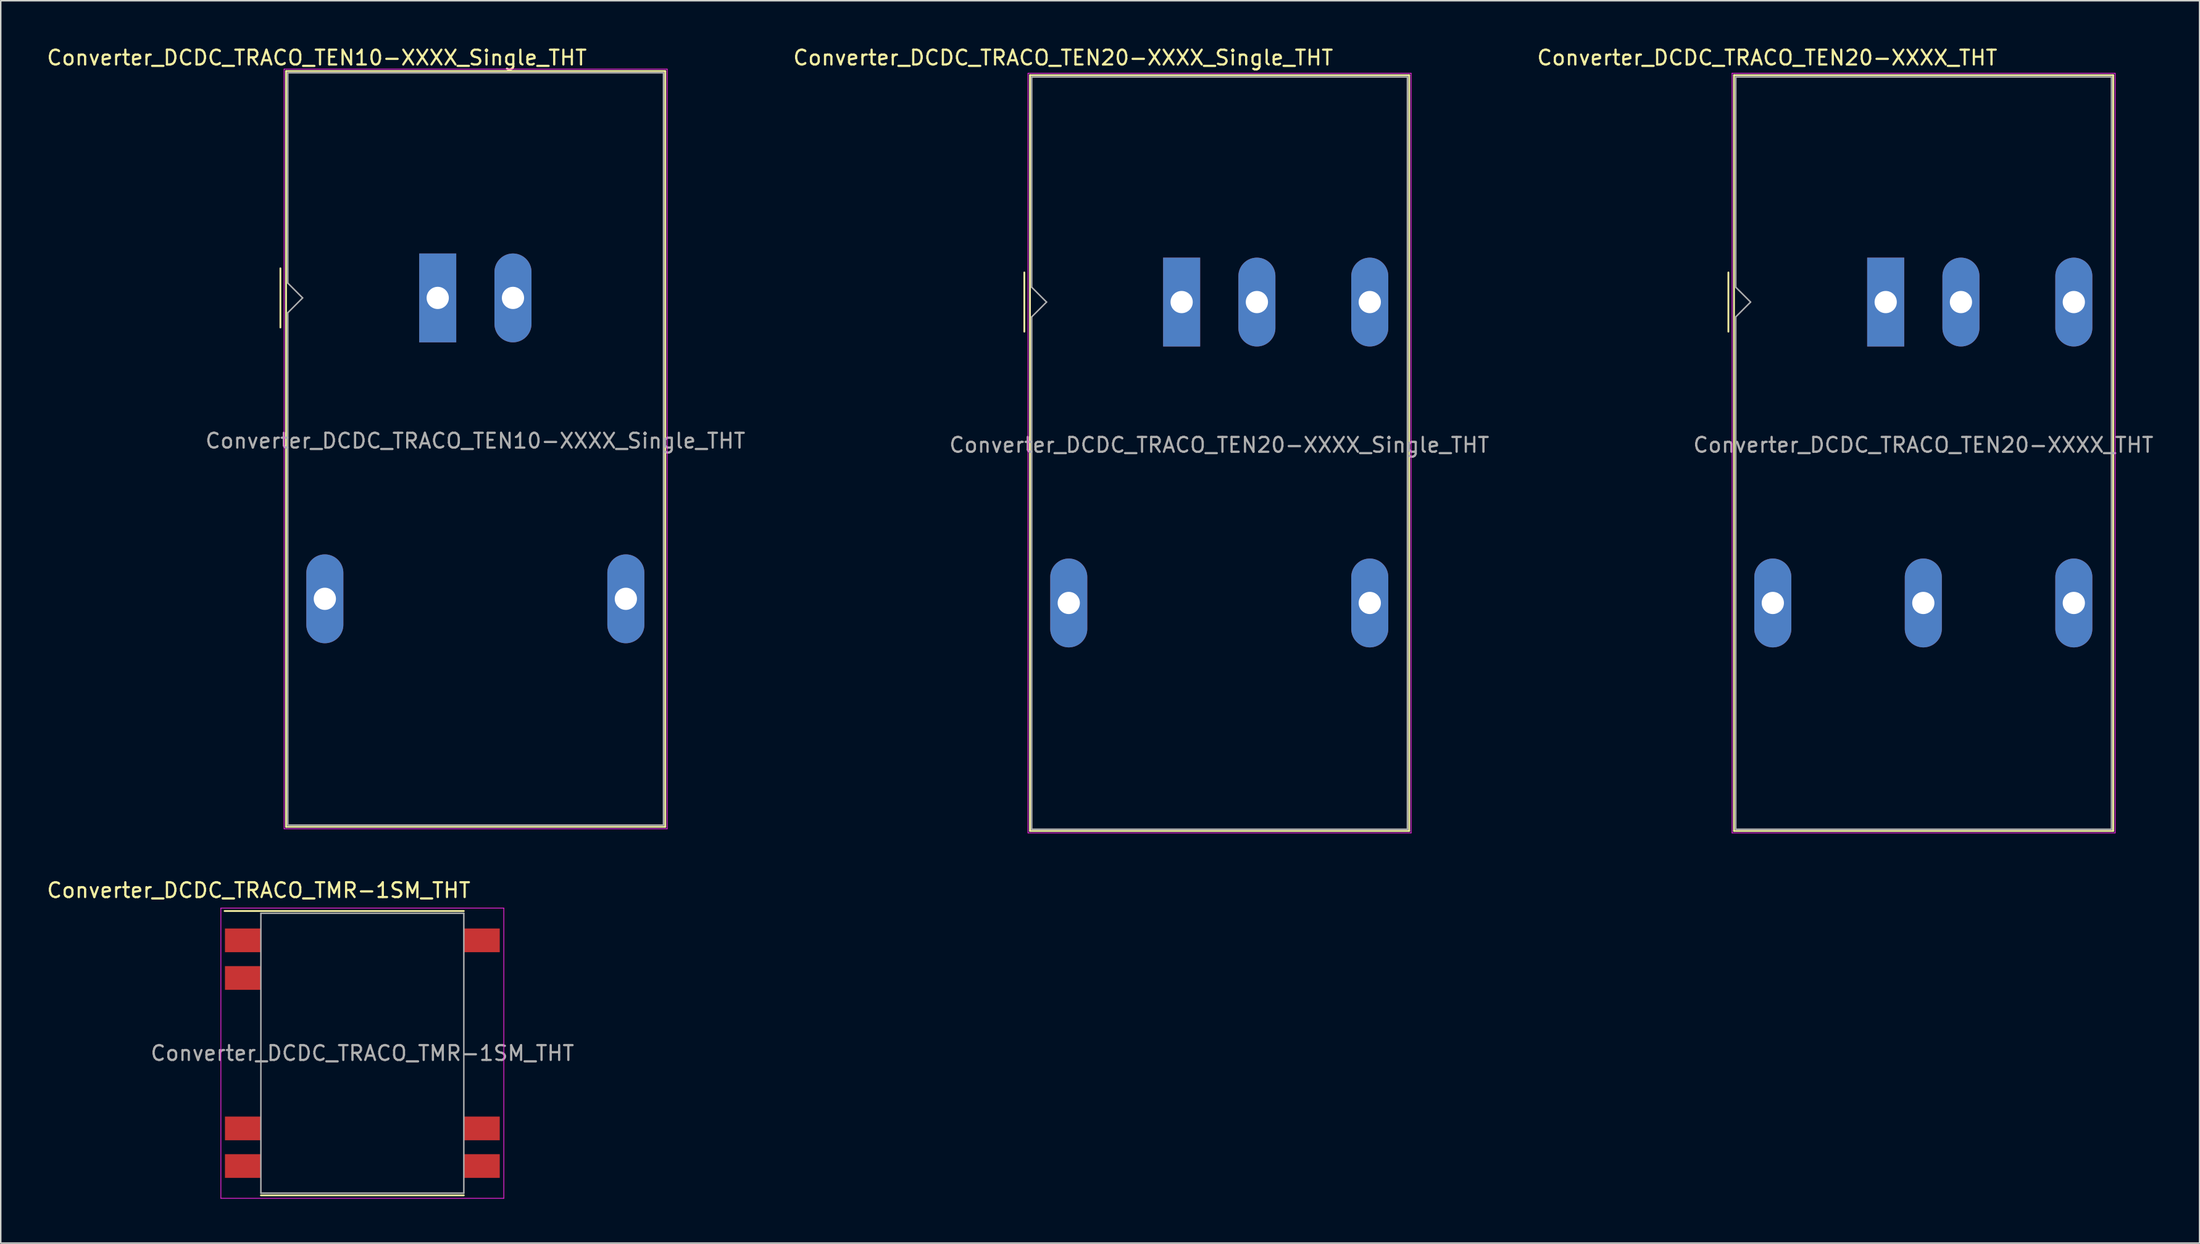
<source format=kicad_pcb>
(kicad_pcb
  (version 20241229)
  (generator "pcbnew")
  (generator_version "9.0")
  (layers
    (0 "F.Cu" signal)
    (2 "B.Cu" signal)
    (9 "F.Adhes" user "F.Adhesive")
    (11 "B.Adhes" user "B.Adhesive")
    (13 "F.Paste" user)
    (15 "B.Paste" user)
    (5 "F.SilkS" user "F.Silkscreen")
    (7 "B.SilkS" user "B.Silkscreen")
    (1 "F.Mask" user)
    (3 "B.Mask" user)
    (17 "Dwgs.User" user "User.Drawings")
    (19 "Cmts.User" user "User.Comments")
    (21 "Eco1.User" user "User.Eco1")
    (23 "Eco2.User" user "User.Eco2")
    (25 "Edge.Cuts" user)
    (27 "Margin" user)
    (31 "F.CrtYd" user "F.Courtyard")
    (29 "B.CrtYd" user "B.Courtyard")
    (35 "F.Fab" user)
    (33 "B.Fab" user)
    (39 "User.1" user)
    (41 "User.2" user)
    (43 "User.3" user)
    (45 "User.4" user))
  (footprint "Converter_DCDC_TRACO_TEN20-XXXX_Single_THT"
    (layer "F.Cu")
    (at 76.718 17.348)
    (property "Reference" "Converter_DCDC_TRACO_TEN20-XXXX_Single_THT" (at -8 -16.5 180) (layer "F.SilkS") (effects (font (size 1 1) (thickness 0.15))))
    (attr through_hole)
    (fp_line (start -10.62 -2) (end -10.62 2) (stroke (width 0.12) (type solid)) (layer "F.SilkS"))
    (fp_line (start -10.24 -15.32) (end 15.36 -15.32) (stroke (width 0.12) (type solid)) (layer "F.SilkS"))
    (fp_line (start -10.24 35.72) (end -10.24 -15.32) (stroke (width 0.12) (type solid)) (layer "F.SilkS"))
    (fp_line (start 15.36 -15.32) (end 15.36 35.72) (stroke (width 0.12) (type solid)) (layer "F.SilkS"))
    (fp_line (start 15.36 35.72) (end -10.24 35.72) (stroke (width 0.12) (type solid)) (layer "F.SilkS"))
    (fp_line (start -10.37 -15.45) (end 15.49 -15.45) (stroke (width 0.05) (type solid)) (layer "F.CrtYd"))
    (fp_line (start -10.37 35.85) (end -10.37 -15.45) (stroke (width 0.05) (type solid)) (layer "F.CrtYd"))
    (fp_line (start -10.37 35.85) (end 15.49 35.85) (stroke (width 0.05) (type solid)) (layer "F.CrtYd"))
    (fp_line (start 15.49 35.85) (end 15.49 -15.45) (stroke (width 0.05) (type solid)) (layer "F.CrtYd"))
    (fp_line (start -10.12 -1) (end -10.12 -15.2) (stroke (width 0.1) (type solid)) (layer "F.Fab"))
    (fp_line (start -10.12 1) (end -10.12 35.6) (stroke (width 0.1) (type solid)) (layer "F.Fab"))
    (fp_line (start -10.12 1) (end -9.12 0) (stroke (width 0.1) (type solid)) (layer "F.Fab"))
    (fp_line (start -10.12 35.6) (end 15.24 35.6) (stroke (width 0.1) (type solid)) (layer "F.Fab"))
    (fp_line (start -9.12 0) (end -10.12 -1) (stroke (width 0.1) (type solid)) (layer "F.Fab"))
    (fp_line (start 15.24 -15.2) (end -10.12 -15.2) (stroke (width 0.1) (type solid)) (layer "F.Fab"))
    (fp_line (start 15.24 35.6) (end 15.24 -15.2) (stroke (width 0.1) (type solid)) (layer "F.Fab"))
    (fp_text user "${REFERENCE}" (at 2.54 9.652 0) (layer "F.Fab") (effects (font (size 1 1) (thickness 0.15))))
    (pad "1" thru_hole rect (at 0 0 90) (size 6 2.5) (drill 1.5) (layers "*.Cu" "*.Mask"))
    (pad "2" thru_hole oval (at 5.08 0 90) (size 6 2.5) (drill 1.5) (layers "*.Cu" "*.Mask"))
    (pad "3" thru_hole oval (at -7.62 20.32 90) (size 6 2.5) (drill 1.5) (layers "*.Cu" "*.Mask"))
    (pad "5" thru_hole oval (at 12.7 20.32 90) (size 6 2.5) (drill 1.5) (layers "*.Cu" "*.Mask"))
    (pad "6" thru_hole oval (at 12.7 0 90) (size 6 2.5) (drill 1.5) (layers "*.Cu" "*.Mask")))
  (footprint "Converter_DCDC_TRACO_TEN20-XXXX_THT"
    (layer "F.Cu")
    (at 124.246 17.348)
    (property "Reference" "Converter_DCDC_TRACO_TEN20-XXXX_THT" (at -8 -16.5 180) (layer "F.SilkS") (effects (font (size 1 1) (thickness 0.15))))
    (attr through_hole)
    (fp_line (start -10.62 -2) (end -10.62 2) (stroke (width 0.12) (type solid)) (layer "F.SilkS"))
    (fp_line (start -10.24 -15.32) (end 15.36 -15.32) (stroke (width 0.12) (type solid)) (layer "F.SilkS"))
    (fp_line (start -10.24 35.72) (end -10.24 -15.32) (stroke (width 0.12) (type solid)) (layer "F.SilkS"))
    (fp_line (start 15.36 -15.32) (end 15.36 35.72) (stroke (width 0.12) (type solid)) (layer "F.SilkS"))
    (fp_line (start 15.36 35.72) (end -10.24 35.72) (stroke (width 0.12) (type solid)) (layer "F.SilkS"))
    (fp_line (start -10.37 -15.45) (end 15.49 -15.45) (stroke (width 0.05) (type solid)) (layer "F.CrtYd"))
    (fp_line (start -10.37 35.85) (end -10.37 -15.45) (stroke (width 0.05) (type solid)) (layer "F.CrtYd"))
    (fp_line (start -10.37 35.85) (end 15.49 35.85) (stroke (width 0.05) (type solid)) (layer "F.CrtYd"))
    (fp_line (start 15.49 35.85) (end 15.49 -15.45) (stroke (width 0.05) (type solid)) (layer "F.CrtYd"))
    (fp_line (start -10.12 -1) (end -10.12 -15.2) (stroke (width 0.1) (type solid)) (layer "F.Fab"))
    (fp_line (start -10.12 1) (end -10.12 35.6) (stroke (width 0.1) (type solid)) (layer "F.Fab"))
    (fp_line (start -10.12 1) (end -9.12 0) (stroke (width 0.1) (type solid)) (layer "F.Fab"))
    (fp_line (start -10.12 35.6) (end 15.24 35.6) (stroke (width 0.1) (type solid)) (layer "F.Fab"))
    (fp_line (start -9.12 0) (end -10.12 -1) (stroke (width 0.1) (type solid)) (layer "F.Fab"))
    (fp_line (start 15.24 -15.2) (end -10.12 -15.2) (stroke (width 0.1) (type solid)) (layer "F.Fab"))
    (fp_line (start 15.24 35.6) (end 15.24 -15.2) (stroke (width 0.1) (type solid)) (layer "F.Fab"))
    (fp_text user "${REFERENCE}" (at 2.54 9.652 0) (layer "F.Fab") (effects (font (size 1 1) (thickness 0.15))))
    (pad "1" thru_hole rect (at 0 0 90) (size 6 2.5) (drill 1.5) (layers "*.Cu" "*.Mask"))
    (pad "2" thru_hole oval (at 5.08 0 90) (size 6 2.5) (drill 1.5) (layers "*.Cu" "*.Mask"))
    (pad "3" thru_hole oval (at -7.62 20.32 90) (size 6 2.5) (drill 1.5) (layers "*.Cu" "*.Mask"))
    (pad "4" thru_hole oval (at 2.54 20.32 90) (size 6 2.5) (drill 1.5) (layers "*.Cu" "*.Mask"))
    (pad "5" thru_hole oval (at 12.7 20.32 90) (size 6 2.5) (drill 1.5) (layers "*.Cu" "*.Mask"))
    (pad "6" thru_hole oval (at 12.7 0 90) (size 6 2.5) (drill 1.5) (layers "*.Cu" "*.Mask")))
  (footprint "Converter_DCDC_TRACO_TEN10-XXXX_Single_THT"
    (layer "F.Cu")
    (at 26.499 17.068)
    (property "Reference" "Converter_DCDC_TRACO_TEN10-XXXX_Single_THT" (at -8.16 -16.22 180) (layer "F.SilkS") (effects (font (size 1 1) (thickness 0.15))))
    (attr through_hole)
    (fp_line (start -10.62 -2) (end -10.62 2) (stroke (width 0.12) (type solid)) (layer "F.SilkS"))
    (fp_line (start -10.24 -15.32) (end 15.36 -15.32) (stroke (width 0.12) (type solid)) (layer "F.SilkS"))
    (fp_line (start -10.24 35.72) (end -10.24 -15.32) (stroke (width 0.12) (type solid)) (layer "F.SilkS"))
    (fp_line (start 15.36 -15.32) (end 15.36 35.72) (stroke (width 0.12) (type solid)) (layer "F.SilkS"))
    (fp_line (start 15.36 35.72) (end -10.24 35.72) (stroke (width 0.12) (type solid)) (layer "F.SilkS"))
    (fp_line (start -10.37 -15.45) (end 15.49 -15.45) (stroke (width 0.05) (type solid)) (layer "F.CrtYd"))
    (fp_line (start -10.37 35.85) (end -10.37 -15.45) (stroke (width 0.05) (type solid)) (layer "F.CrtYd"))
    (fp_line (start -10.37 35.85) (end 15.49 35.85) (stroke (width 0.05) (type solid)) (layer "F.CrtYd"))
    (fp_line (start 15.49 35.85) (end 15.49 -15.45) (stroke (width 0.05) (type solid)) (layer "F.CrtYd"))
    (fp_line (start -10.12 -1) (end -10.12 -15.2) (stroke (width 0.1) (type solid)) (layer "F.Fab"))
    (fp_line (start -10.12 1) (end -10.12 35.6) (stroke (width 0.1) (type solid)) (layer "F.Fab"))
    (fp_line (start -10.12 1) (end -9.12 0) (stroke (width 0.1) (type solid)) (layer "F.Fab"))
    (fp_line (start -10.12 35.6) (end 15.24 35.6) (stroke (width 0.1) (type solid)) (layer "F.Fab"))
    (fp_line (start -9.12 0) (end -10.12 -1) (stroke (width 0.1) (type solid)) (layer "F.Fab"))
    (fp_line (start 15.24 -15.2) (end -10.12 -15.2) (stroke (width 0.1) (type solid)) (layer "F.Fab"))
    (fp_line (start 15.24 35.6) (end 15.24 -15.2) (stroke (width 0.1) (type solid)) (layer "F.Fab"))
    (fp_text user "${REFERENCE}" (at 2.54 9.652 0) (layer "F.Fab") (effects (font (size 1 1) (thickness 0.15))))
    (pad "1" thru_hole rect (at 0 0 90) (size 6 2.5) (drill 1.5) (layers "*.Cu" "*.Mask"))
    (pad "2" thru_hole oval (at 5.08 0 90) (size 6 2.5) (drill 1.5) (layers "*.Cu" "*.Mask"))
    (pad "3" thru_hole oval (at -7.62 20.32 90) (size 6 2.5) (drill 1.5) (layers "*.Cu" "*.Mask"))
    (pad "5" thru_hole oval (at 12.7 20.32 90) (size 6 2.5) (drill 1.5) (layers "*.Cu" "*.Mask")))
  (footprint "Converter_DCDC_TRACO_TMR-1SM_THT"
    (layer "F.Cu")
    (at 21.411 68.072)
    (property "Reference" "Converter_DCDC_TRACO_TMR-1SM_THT" (at -7 -11 0) (layer "F.SilkS") (effects (font (size 1 1) (thickness 0.15))))
    (attr smd)
    (fp_line (start -9.3 -9.6) (end 6.85 -9.6) (stroke (width 0.12) (type solid)) (layer "F.SilkS"))
    (fp_line (start -6.85 9.6) (end 6.85 9.6) (stroke (width 0.12) (type solid)) (layer "F.SilkS"))
    (fp_line (start -9.55 -9.8) (end -9.55 9.8) (stroke (width 0.05) (type solid)) (layer "F.CrtYd"))
    (fp_line (start -9.55 -9.8) (end 9.55 -9.8) (stroke (width 0.05) (type solid)) (layer "F.CrtYd"))
    (fp_line (start -9.55 9.8) (end 9.55 9.8) (stroke (width 0.05) (type solid)) (layer "F.CrtYd"))
    (fp_line (start 9.55 -9.8) (end 9.55 9.8) (stroke (width 0.05) (type solid)) (layer "F.CrtYd"))
    (fp_line (start -6.85 -9.45) (end -6.85 9.45) (stroke (width 0.1) (type solid)) (layer "F.Fab"))
    (fp_line (start 6.85 -9.45) (end -6.85 -9.45) (stroke (width 0.1) (type solid)) (layer "F.Fab"))
    (fp_line (start 6.85 -9.45) (end 6.85 9.45) (stroke (width 0.1) (type solid)) (layer "F.Fab"))
    (fp_line (start 6.85 9.45) (end -6.85 9.45) (stroke (width 0.1) (type solid)) (layer "F.Fab"))
    (fp_text user "${REFERENCE}" (at 0 0 180) (layer "F.Fab") (effects (font (size 1 1) (thickness 0.15))))
    (pad "1" smd rect (at -8.075 -7.62) (size 2.4 1.6) (layers "F.Cu" "F.Mask" "F.Paste"))
    (pad "2" smd rect (at -8.075 -5.08) (size 2.4 1.6) (layers "F.Cu" "F.Mask" "F.Paste"))
    (pad "6" smd rect (at -8.075 5.08) (size 2.4 1.6) (layers "F.Cu" "F.Mask" "F.Paste"))
    (pad "7" smd rect (at -8.075 7.62) (size 2.4 1.6) (layers "F.Cu" "F.Mask" "F.Paste"))
    (pad "8" smd rect (at 8.075 7.62) (size 2.4 1.6) (layers "F.Cu" "F.Mask" "F.Paste"))
    (pad "9" smd rect (at 8.075 5.08) (size 2.4 1.6) (layers "F.Cu" "F.Mask" "F.Paste"))
    (pad "14" smd rect (at 8.075 -7.62) (size 2.4 1.6) (layers "F.Cu" "F.Mask" "F.Paste")))
  (gr_rect
    (start -3 -3)
    (end 145.435 80.897)
    (stroke (width 0.1) (type default))
    (fill no)
    (layer "Edge.Cuts")))
</source>
